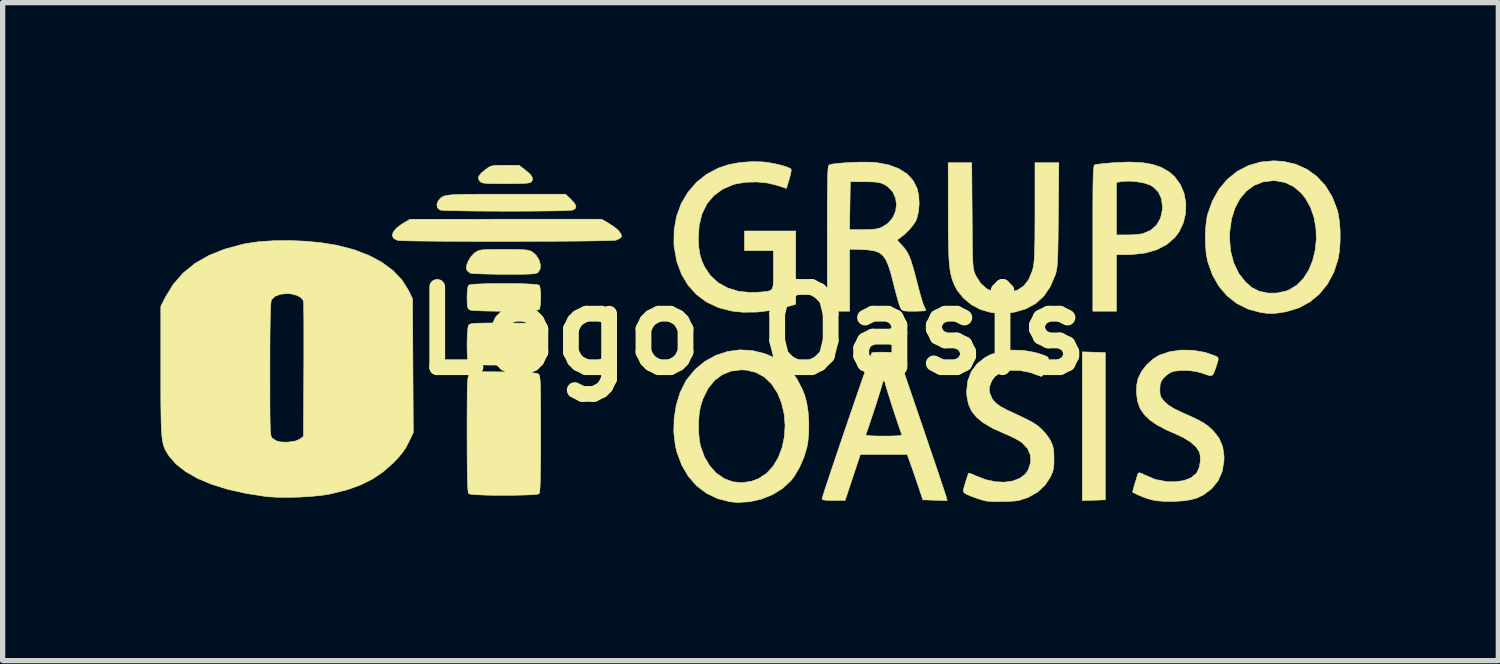
<source format=kicad_pcb>
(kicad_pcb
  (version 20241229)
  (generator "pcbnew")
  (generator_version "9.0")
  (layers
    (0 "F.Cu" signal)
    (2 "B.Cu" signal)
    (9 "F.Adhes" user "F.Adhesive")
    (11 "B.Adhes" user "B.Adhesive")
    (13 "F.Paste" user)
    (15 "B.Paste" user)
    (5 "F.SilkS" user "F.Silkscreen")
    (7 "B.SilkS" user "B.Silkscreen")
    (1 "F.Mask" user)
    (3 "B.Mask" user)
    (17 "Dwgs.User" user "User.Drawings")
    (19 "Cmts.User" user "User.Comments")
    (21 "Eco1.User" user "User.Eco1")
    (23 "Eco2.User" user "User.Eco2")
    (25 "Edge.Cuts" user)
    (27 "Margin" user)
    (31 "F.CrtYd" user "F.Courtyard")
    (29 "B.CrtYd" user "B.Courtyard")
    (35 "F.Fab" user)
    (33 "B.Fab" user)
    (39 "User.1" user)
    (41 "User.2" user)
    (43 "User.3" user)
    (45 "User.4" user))
  (footprint "Logo Oasis"
    (layer "F.Cu")
    (at 11.244 3.237)
    (property "Reference" "Logo Oasis" (at 0 0 0) (layer "F.SilkS") (effects (font (size 1.524 1.524) (thickness 0.3))))
    (attr through_hole)
    (fp_poly (pts (xy 6.487 0.405) (xy 6.706 0.412) (xy 6.706 3.209) (xy 6.487 3.217) (xy 6.269 3.224) (xy 6.269 0.398) (xy 6.487 0.405)) (stroke (width 0.01) (type solid)) (fill yes) (layer "F.SilkS"))
    (fp_poly (pts (xy -4.433 -3.147) (xy -4.308 -3.052) (xy -4.222 -2.978) (xy -4.18 -2.917) (xy -4.179 -2.864) (xy -4.197 -2.834) (xy -4.217 -2.82) (xy -4.256 -2.81) (xy -4.321 -2.804) (xy -4.418 -2.8) (xy -4.554 -2.798) (xy -4.682 -2.797) (xy -4.845 -2.798) (xy -4.965 -2.799) (xy -5.051 -2.803) (xy -5.108 -2.809) (xy -5.145 -2.819) (xy -5.168 -2.833) (xy -5.179 -2.844) (xy -5.206 -2.891) (xy -5.197 -2.941) (xy -5.149 -3) (xy -5.076 -3.061) (xy -5.024 -3.099) (xy -4.981 -3.124) (xy -4.933 -3.138) (xy -4.869 -3.145) (xy -4.775 -3.147) (xy -4.698 -3.147) (xy -4.433 -3.147)) (stroke (width 0.01) (type solid)) (fill yes) (layer "F.SilkS"))
    (fp_poly (pts (xy -4.566 -0.9) (xy -4.414 -0.898) (xy -4.278 -0.893) (xy -4.167 -0.887) (xy -4.089 -0.879) (xy -4.052 -0.87) (xy -4.051 -0.869) (xy -4.035 -0.827) (xy -4.024 -0.744) (xy -4.021 -0.637) (xy -4.025 -0.524) (xy -4.036 -0.443) (xy -4.051 -0.405) (xy -4.084 -0.396) (xy -4.159 -0.388) (xy -4.268 -0.382) (xy -4.401 -0.378) (xy -4.551 -0.375) (xy -4.71 -0.374) (xy -4.869 -0.375) (xy -5.02 -0.377) (xy -5.154 -0.381) (xy -5.264 -0.386) (xy -5.341 -0.393) (xy -5.376 -0.402) (xy -5.398 -0.423) (xy -5.412 -0.463) (xy -5.418 -0.532) (xy -5.42 -0.633) (xy -5.416 -0.748) (xy -5.405 -0.83) (xy -5.39 -0.869) (xy -5.356 -0.879) (xy -5.28 -0.887) (xy -5.17 -0.893) (xy -5.036 -0.898) (xy -4.885 -0.9) (xy -4.725 -0.901) (xy -4.566 -0.9)) (stroke (width 0.01) (type solid)) (fill yes) (layer "F.SilkS"))
    (fp_poly (pts (xy -2.738 -2.05) (xy -2.629 -1.979) (xy -2.546 -1.909) (xy -2.497 -1.845) (xy -2.485 -1.795) (xy -2.487 -1.79) (xy -2.52 -1.757) (xy -2.58 -1.728) (xy -2.594 -1.724) (xy -2.632 -1.72) (xy -2.716 -1.717) (xy -2.84 -1.714) (xy -3.001 -1.711) (xy -3.192 -1.708) (xy -3.411 -1.706) (xy -3.651 -1.704) (xy -3.909 -1.703) (xy -4.18 -1.702) (xy -4.458 -1.701) (xy -4.74 -1.701) (xy -5.021 -1.701) (xy -5.296 -1.701) (xy -5.561 -1.702) (xy -5.81 -1.703) (xy -6.04 -1.705) (xy -6.245 -1.707) (xy -6.421 -1.709) (xy -6.563 -1.712) (xy -6.667 -1.715) (xy -6.728 -1.718) (xy -6.741 -1.72) (xy -6.812 -1.756) (xy -6.84 -1.809) (xy -6.825 -1.873) (xy -6.769 -1.946) (xy -6.673 -2.02) (xy -6.643 -2.039) (xy -6.506 -2.121) (xy -2.866 -2.123) (xy -2.738 -2.05)) (stroke (width 0.01) (type solid)) (fill yes) (layer "F.SilkS"))
    (fp_poly (pts (xy -4.678 -2.597) (xy -3.549 -2.597) (xy -3.448 -2.501) (xy -3.377 -2.424) (xy -3.351 -2.365) (xy -3.368 -2.321) (xy -3.411 -2.297) (xy -3.449 -2.292) (xy -3.532 -2.287) (xy -3.652 -2.283) (xy -3.805 -2.28) (xy -3.982 -2.278) (xy -4.18 -2.276) (xy -4.392 -2.275) (xy -4.611 -2.274) (xy -4.832 -2.275) (xy -5.048 -2.276) (xy -5.255 -2.277) (xy -5.445 -2.28) (xy -5.612 -2.283) (xy -5.752 -2.286) (xy -5.857 -2.29) (xy -5.921 -2.295) (xy -5.938 -2.299) (xy -5.982 -2.339) (xy -5.994 -2.402) (xy -5.969 -2.468) (xy -5.963 -2.477) (xy -5.94 -2.505) (xy -5.918 -2.528) (xy -5.891 -2.547) (xy -5.855 -2.562) (xy -5.807 -2.574) (xy -5.741 -2.583) (xy -5.652 -2.589) (xy -5.537 -2.593) (xy -5.39 -2.596) (xy -5.208 -2.597) (xy -4.985 -2.597) (xy -4.718 -2.597) (xy -4.678 -2.597)) (stroke (width 0.01) (type solid)) (fill yes) (layer "F.SilkS"))
    (fp_poly (pts (xy -4.553 -1.548) (xy -4.428 -1.546) (xy -4.339 -1.542) (xy -4.275 -1.535) (xy -4.23 -1.524) (xy -4.195 -1.509) (xy -4.181 -1.501) (xy -4.107 -1.436) (xy -4.055 -1.352) (xy -4.028 -1.262) (xy -4.031 -1.178) (xy -4.067 -1.115) (xy -4.087 -1.102) (xy -4.117 -1.092) (xy -4.165 -1.085) (xy -4.236 -1.08) (xy -4.336 -1.077) (xy -4.473 -1.076) (xy -4.651 -1.075) (xy -4.71 -1.076) (xy -4.88 -1.077) (xy -5.037 -1.08) (xy -5.171 -1.084) (xy -5.275 -1.089) (xy -5.342 -1.095) (xy -5.361 -1.099) (xy -5.412 -1.138) (xy -5.432 -1.173) (xy -5.431 -1.239) (xy -5.4 -1.321) (xy -5.349 -1.406) (xy -5.285 -1.475) (xy -5.262 -1.492) (xy -5.23 -1.512) (xy -5.197 -1.527) (xy -5.153 -1.537) (xy -5.091 -1.543) (xy -5.004 -1.547) (xy -4.882 -1.548) (xy -4.719 -1.548) (xy -4.553 -1.548)) (stroke (width 0.01) (type solid)) (fill yes) (layer "F.SilkS"))
    (fp_poly (pts (xy -4.508 -0.149) (xy -4.339 -0.147) (xy -4.211 -0.143) (xy -4.123 -0.137) (xy -4.07 -0.128) (xy -4.051 -0.12) (xy -4.037 -0.08) (xy -4.027 0.005) (xy -4.022 0.138) (xy -4.021 0.24) (xy -4.022 0.382) (xy -4.026 0.482) (xy -4.034 0.548) (xy -4.046 0.589) (xy -4.06 0.61) (xy -4.079 0.622) (xy -4.11 0.632) (xy -4.161 0.639) (xy -4.236 0.644) (xy -4.342 0.647) (xy -4.485 0.649) (xy -4.67 0.649) (xy -4.72 0.649) (xy -4.917 0.649) (xy -5.069 0.648) (xy -5.183 0.645) (xy -5.265 0.64) (xy -5.321 0.634) (xy -5.356 0.625) (xy -5.377 0.613) (xy -5.38 0.61) (xy -5.398 0.583) (xy -5.409 0.537) (xy -5.416 0.464) (xy -5.419 0.355) (xy -5.42 0.259) (xy -5.418 0.135) (xy -5.412 0.026) (xy -5.404 -0.056) (xy -5.394 -0.101) (xy -5.394 -0.102) (xy -5.384 -0.116) (xy -5.367 -0.128) (xy -5.337 -0.136) (xy -5.289 -0.142) (xy -5.216 -0.146) (xy -5.113 -0.148) (xy -4.974 -0.15) (xy -4.793 -0.15) (xy -4.724 -0.15) (xy -4.508 -0.149)) (stroke (width 0.01) (type solid)) (fill yes) (layer "F.SilkS"))
    (fp_poly (pts (xy 7.401 -3.198) (xy 7.606 -3.163) (xy 7.779 -3.103) (xy 7.924 -3.017) (xy 8.022 -2.93) (xy 8.131 -2.783) (xy 8.203 -2.612) (xy 8.236 -2.427) (xy 8.232 -2.238) (xy 8.189 -2.054) (xy 8.108 -1.883) (xy 8.028 -1.776) (xy 7.873 -1.642) (xy 7.685 -1.543) (xy 7.461 -1.479) (xy 7.202 -1.45) (xy 7.113 -1.449) (xy 6.918 -1.449) (xy 6.918 -0.375) (xy 6.469 -0.375) (xy 6.469 -1.758) (xy 6.469 -2.058) (xy 6.469 -2.313) (xy 6.47 -2.525) (xy 6.471 -2.698) (xy 6.473 -2.82) (xy 6.918 -2.82) (xy 6.918 -1.823) (xy 7.124 -1.823) (xy 7.234 -1.827) (xy 7.337 -1.835) (xy 7.412 -1.846) (xy 7.421 -1.849) (xy 7.568 -1.912) (xy 7.68 -2.011) (xy 7.755 -2.141) (xy 7.79 -2.298) (xy 7.792 -2.357) (xy 7.772 -2.514) (xy 7.713 -2.641) (xy 7.615 -2.738) (xy 7.557 -2.771) (xy 7.454 -2.807) (xy 7.321 -2.832) (xy 7.181 -2.845) (xy 7.054 -2.843) (xy 7.009 -2.837) (xy 6.918 -2.82) (xy 6.473 -2.82) (xy 6.473 -2.837) (xy 6.476 -2.945) (xy 6.48 -3.025) (xy 6.484 -3.083) (xy 6.49 -3.121) (xy 6.496 -3.144) (xy 6.504 -3.155) (xy 6.508 -3.157) (xy 6.546 -3.164) (xy 6.624 -3.174) (xy 6.73 -3.184) (xy 6.854 -3.195) (xy 6.878 -3.197) (xy 7.159 -3.209) (xy 7.401 -3.198)) (stroke (width 0.01) (type solid)) (fill yes) (layer "F.SilkS"))
    (fp_poly (pts (xy -4.931 0.777) (xy -4.75 0.779) (xy -4.71 0.779) (xy -4.508 0.782) (xy -4.351 0.786) (xy -4.233 0.792) (xy -4.15 0.799) (xy -4.096 0.807) (xy -4.066 0.818) (xy -4.062 0.821) (xy -4.052 0.833) (xy -4.044 0.854) (xy -4.038 0.888) (xy -4.032 0.94) (xy -4.028 1.015) (xy -4.025 1.116) (xy -4.023 1.247) (xy -4.022 1.415) (xy -4.021 1.622) (xy -4.021 1.873) (xy -4.021 1.959) (xy -4.021 2.242) (xy -4.023 2.478) (xy -4.025 2.671) (xy -4.028 2.823) (xy -4.032 2.938) (xy -4.037 3.019) (xy -4.043 3.069) (xy -4.051 3.092) (xy -4.051 3.092) (xy -4.085 3.102) (xy -4.161 3.11) (xy -4.27 3.116) (xy -4.405 3.12) (xy -4.556 3.123) (xy -4.715 3.124) (xy -4.875 3.123) (xy -5.027 3.121) (xy -5.163 3.116) (xy -5.274 3.11) (xy -5.352 3.102) (xy -5.389 3.093) (xy -5.39 3.092) (xy -5.397 3.071) (xy -5.404 3.022) (xy -5.409 2.942) (xy -5.413 2.829) (xy -5.416 2.678) (xy -5.418 2.486) (xy -5.419 2.252) (xy -5.42 1.97) (xy -5.42 1.968) (xy -5.42 1.706) (xy -5.419 1.489) (xy -5.418 1.313) (xy -5.417 1.173) (xy -5.415 1.065) (xy -5.411 0.984) (xy -5.407 0.925) (xy -5.4 0.885) (xy -5.393 0.858) (xy -5.383 0.839) (xy -5.371 0.826) (xy -5.368 0.823) (xy -5.35 0.807) (xy -5.328 0.795) (xy -5.295 0.786) (xy -5.246 0.78) (xy -5.173 0.777) (xy -5.07 0.776) (xy -4.931 0.777)) (stroke (width 0.01) (type solid)) (fill yes) (layer "F.SilkS"))
    (fp_poly (pts (xy 0.198 -3.211) (xy 0.3 -3.199) (xy 0.427 -3.176) (xy 0.545 -3.148) (xy 0.644 -3.119) (xy 0.712 -3.09) (xy 0.737 -3.071) (xy 0.737 -3.038) (xy 0.724 -2.971) (xy 0.701 -2.885) (xy 0.699 -2.878) (xy 0.647 -2.707) (xy 0.467 -2.767) (xy 0.288 -2.81) (xy 0.087 -2.83) (xy -0.117 -2.825) (xy -0.303 -2.796) (xy -0.365 -2.779) (xy -0.568 -2.691) (xy -0.734 -2.568) (xy -0.864 -2.413) (xy -0.956 -2.225) (xy -1.01 -2.006) (xy -1.026 -1.78) (xy -1.02 -1.607) (xy -1 -1.466) (xy -0.963 -1.338) (xy -0.908 -1.217) (xy -0.797 -1.051) (xy -0.651 -0.917) (xy -0.473 -0.818) (xy -0.27 -0.754) (xy -0.044 -0.73) (xy 0.1 -0.734) (xy 0.213 -0.743) (xy 0.293 -0.752) (xy 0.347 -0.77) (xy 0.379 -0.803) (xy 0.395 -0.859) (xy 0.4 -0.946) (xy 0.4 -1.072) (xy 0.4 -1.152) (xy 0.4 -1.524) (xy -0.15 -1.524) (xy -0.15 -1.898) (xy 0.824 -1.898) (xy 0.824 -0.507) (xy 0.643 -0.454) (xy 0.372 -0.391) (xy 0.092 -0.358) (xy -0.181 -0.355) (xy -0.391 -0.377) (xy -0.643 -0.442) (xy -0.867 -0.547) (xy -1.06 -0.69) (xy -1.221 -0.868) (xy -1.346 -1.078) (xy -1.435 -1.318) (xy -1.484 -1.587) (xy -1.49 -1.648) (xy -1.486 -1.922) (xy -1.439 -2.179) (xy -1.352 -2.418) (xy -1.225 -2.633) (xy -1.064 -2.82) (xy -0.871 -2.975) (xy -0.648 -3.093) (xy -0.453 -3.159) (xy -0.245 -3.198) (xy -0.02 -3.216) (xy 0.198 -3.211)) (stroke (width 0.01) (type solid)) (fill yes) (layer "F.SilkS"))
    (fp_poly (pts (xy 4.176 -2.192) (xy 4.178 -1.941) (xy 4.18 -1.735) (xy 4.182 -1.57) (xy 4.184 -1.438) (xy 4.188 -1.336) (xy 4.193 -1.258) (xy 4.199 -1.199) (xy 4.207 -1.154) (xy 4.217 -1.118) (xy 4.229 -1.085) (xy 4.243 -1.054) (xy 4.334 -0.908) (xy 4.453 -0.8) (xy 4.596 -0.733) (xy 4.756 -0.71) (xy 4.885 -0.725) (xy 5.039 -0.775) (xy 5.159 -0.857) (xy 5.25 -0.975) (xy 5.316 -1.133) (xy 5.331 -1.185) (xy 5.342 -1.234) (xy 5.35 -1.295) (xy 5.357 -1.374) (xy 5.362 -1.475) (xy 5.365 -1.605) (xy 5.368 -1.767) (xy 5.369 -1.969) (xy 5.37 -2.213) (xy 5.37 -2.266) (xy 5.37 -3.197) (xy 5.823 -3.197) (xy 5.814 -2.204) (xy 5.811 -1.953) (xy 5.809 -1.747) (xy 5.806 -1.58) (xy 5.803 -1.446) (xy 5.798 -1.342) (xy 5.793 -1.261) (xy 5.786 -1.197) (xy 5.777 -1.146) (xy 5.767 -1.103) (xy 5.754 -1.061) (xy 5.752 -1.056) (xy 5.658 -0.837) (xy 5.536 -0.659) (xy 5.384 -0.521) (xy 5.201 -0.421) (xy 4.986 -0.358) (xy 4.945 -0.351) (xy 4.832 -0.335) (xy 4.744 -0.329) (xy 4.656 -0.334) (xy 4.547 -0.349) (xy 4.521 -0.353) (xy 4.335 -0.406) (xy 4.161 -0.499) (xy 4.01 -0.624) (xy 3.891 -0.773) (xy 3.843 -0.863) (xy 3.814 -0.934) (xy 3.789 -1.005) (xy 3.77 -1.082) (xy 3.754 -1.17) (xy 3.743 -1.275) (xy 3.734 -1.402) (xy 3.728 -1.557) (xy 3.724 -1.745) (xy 3.722 -1.972) (xy 3.722 -2.243) (xy 3.722 -2.254) (xy 3.721 -3.197) (xy 4.168 -3.197) (xy 4.176 -2.192)) (stroke (width 0.01) (type solid)) (fill yes) (layer "F.SilkS"))
    (fp_poly (pts (xy 0.000185 0.373) (xy 0.237 0.432) (xy 0.362 0.484) (xy 0.552 0.594) (xy 0.709 0.731) (xy 0.84 0.9) (xy 0.949 1.108) (xy 0.993 1.218) (xy 1.033 1.364) (xy 1.06 1.543) (xy 1.073 1.739) (xy 1.071 1.937) (xy 1.054 2.119) (xy 1.038 2.207) (xy 0.98 2.401) (xy 0.897 2.592) (xy 0.796 2.763) (xy 0.733 2.845) (xy 0.577 2.99) (xy 0.388 3.108) (xy 0.176 3.194) (xy -0.05 3.246) (xy -0.28 3.259) (xy -0.421 3.247) (xy -0.658 3.187) (xy -0.871 3.085) (xy -1.057 2.944) (xy -1.215 2.765) (xy -1.34 2.552) (xy -1.432 2.308) (xy -1.464 2.173) (xy -1.493 1.922) (xy -1.488 1.739) (xy -1.022 1.739) (xy -1.021 1.91) (xy -1.007 2.07) (xy -0.987 2.181) (xy -0.912 2.389) (xy -0.809 2.565) (xy -0.682 2.705) (xy -0.534 2.806) (xy -0.371 2.867) (xy -0.196 2.884) (xy -0.015 2.856) (xy 0.116 2.807) (xy 0.266 2.71) (xy 0.391 2.575) (xy 0.491 2.41) (xy 0.564 2.221) (xy 0.608 2.015) (xy 0.622 1.8) (xy 0.605 1.582) (xy 0.555 1.368) (xy 0.479 1.183) (xy 0.366 1.009) (xy 0.229 0.877) (xy 0.069 0.789) (xy -0.114 0.745) (xy -0.212 0.74) (xy -0.404 0.764) (xy -0.573 0.832) (xy -0.72 0.943) (xy -0.842 1.095) (xy -0.937 1.287) (xy -0.987 1.441) (xy -1.01 1.576) (xy -1.022 1.739) (xy -1.488 1.739) (xy -1.486 1.664) (xy -1.446 1.41) (xy -1.373 1.173) (xy -1.27 0.964) (xy -1.247 0.927) (xy -1.09 0.735) (xy -0.905 0.581) (xy -0.697 0.466) (xy -0.473 0.392) (xy -0.238 0.36) (xy 0.000185 0.373)) (stroke (width 0.01) (type solid)) (fill yes) (layer "F.SilkS"))
    (fp_poly (pts (xy 10.089 -3.22) (xy 10.324 -3.167) (xy 10.538 -3.07) (xy 10.727 -2.933) (xy 10.887 -2.759) (xy 11.015 -2.551) (xy 11.108 -2.312) (xy 11.129 -2.234) (xy 11.155 -2.075) (xy 11.168 -1.888) (xy 11.167 -1.692) (xy 11.153 -1.506) (xy 11.129 -1.364) (xy 11.047 -1.113) (xy 10.928 -0.891) (xy 10.776 -0.703) (xy 10.593 -0.551) (xy 10.383 -0.438) (xy 10.148 -0.366) (xy 10.119 -0.361) (xy 9.988 -0.34) (xy 9.884 -0.331) (xy 9.788 -0.333) (xy 9.679 -0.347) (xy 9.654 -0.351) (xy 9.417 -0.415) (xy 9.205 -0.521) (xy 9.019 -0.667) (xy 8.863 -0.85) (xy 8.739 -1.069) (xy 8.65 -1.321) (xy 8.649 -1.324) (xy 8.623 -1.466) (xy 8.609 -1.638) (xy 8.608 -1.764) (xy 9.066 -1.764) (xy 9.087 -1.516) (xy 9.146 -1.291) (xy 9.242 -1.092) (xy 9.373 -0.925) (xy 9.492 -0.823) (xy 9.63 -0.754) (xy 9.792 -0.719) (xy 9.965 -0.719) (xy 10.137 -0.757) (xy 10.196 -0.779) (xy 10.344 -0.869) (xy 10.469 -0.996) (xy 10.57 -1.154) (xy 10.645 -1.335) (xy 10.693 -1.533) (xy 10.715 -1.739) (xy 10.708 -1.948) (xy 10.672 -2.152) (xy 10.606 -2.344) (xy 10.51 -2.518) (xy 10.428 -2.619) (xy 10.283 -2.743) (xy 10.122 -2.82) (xy 9.94 -2.853) (xy 9.89 -2.854) (xy 9.702 -2.831) (xy 9.534 -2.765) (xy 9.387 -2.658) (xy 9.265 -2.514) (xy 9.17 -2.336) (xy 9.104 -2.127) (xy 9.071 -1.891) (xy 9.066 -1.764) (xy 8.608 -1.764) (xy 8.607 -1.824) (xy 8.617 -2.004) (xy 8.638 -2.162) (xy 8.652 -2.221) (xy 8.743 -2.475) (xy 8.869 -2.696) (xy 9.027 -2.882) (xy 9.213 -3.032) (xy 9.423 -3.141) (xy 9.654 -3.209) (xy 9.903 -3.232) (xy 10.089 -3.22)) (stroke (width 0.01) (type solid)) (fill yes) (layer "F.SilkS"))
    (fp_poly (pts (xy 2.522 0.405) (xy 2.754 0.412) (xy 3.213 1.758) (xy 3.298 2.007) (xy 3.378 2.244) (xy 3.453 2.463) (xy 3.52 2.66) (xy 3.577 2.831) (xy 3.624 2.972) (xy 3.659 3.077) (xy 3.681 3.143) (xy 3.687 3.163) (xy 3.702 3.224) (xy 3.47 3.217) (xy 3.239 3.209) (xy 3.156 2.96) (xy 3.112 2.83) (xy 3.065 2.693) (xy 3.023 2.572) (xy 3.007 2.529) (xy 2.942 2.348) (xy 2.052 2.348) (xy 1.762 3.222) (xy 1.543 3.222) (xy 1.428 3.22) (xy 1.358 3.212) (xy 1.327 3.199) (xy 1.324 3.191) (xy 1.332 3.161) (xy 1.354 3.089) (xy 1.389 2.98) (xy 1.436 2.84) (xy 1.491 2.673) (xy 1.555 2.485) (xy 1.624 2.281) (xy 1.697 2.065) (xy 1.73 1.967) (xy 2.156 1.967) (xy 2.163 1.98) (xy 2.197 1.989) (xy 2.264 1.994) (xy 2.372 1.997) (xy 2.498 1.998) (xy 2.643 1.997) (xy 2.743 1.994) (xy 2.806 1.988) (xy 2.835 1.978) (xy 2.839 1.967) (xy 2.818 1.911) (xy 2.787 1.822) (xy 2.749 1.709) (xy 2.706 1.581) (xy 2.662 1.446) (xy 2.62 1.314) (xy 2.582 1.193) (xy 2.551 1.093) (xy 2.53 1.022) (xy 2.523 0.989) (xy 2.523 0.989) (xy 2.51 0.954) (xy 2.498 0.949) (xy 2.476 0.969) (xy 2.473 0.989) (xy 2.465 1.021) (xy 2.445 1.091) (xy 2.414 1.191) (xy 2.376 1.311) (xy 2.334 1.443) (xy 2.29 1.578) (xy 2.247 1.706) (xy 2.209 1.82) (xy 2.178 1.909) (xy 2.157 1.966) (xy 2.156 1.967) (xy 1.73 1.967) (xy 1.772 1.844) (xy 1.848 1.621) (xy 1.923 1.403) (xy 1.995 1.194) (xy 2.062 1) (xy 2.123 0.825) (xy 2.175 0.675) (xy 2.218 0.554) (xy 2.249 0.469) (xy 2.267 0.423) (xy 2.27 0.417) (xy 2.302 0.409) (xy 2.372 0.405) (xy 2.467 0.404) (xy 2.522 0.405)) (stroke (width 0.01) (type solid)) (fill yes) (layer "F.SilkS"))
    (fp_poly (pts (xy 8.375 0.368) (xy 8.601 0.408) (xy 8.773 0.467) (xy 8.817 0.486) (xy 8.844 0.504) (xy 8.852 0.532) (xy 8.844 0.579) (xy 8.819 0.656) (xy 8.791 0.737) (xy 8.766 0.803) (xy 8.742 0.84) (xy 8.705 0.85) (xy 8.645 0.838) (xy 8.551 0.805) (xy 8.542 0.801) (xy 8.423 0.77) (xy 8.286 0.753) (xy 8.148 0.751) (xy 8.026 0.764) (xy 7.959 0.783) (xy 7.888 0.826) (xy 7.82 0.887) (xy 7.81 0.898) (xy 7.768 0.959) (xy 7.747 1.024) (xy 7.742 1.114) (xy 7.746 1.2) (xy 7.764 1.259) (xy 7.805 1.316) (xy 7.836 1.35) (xy 7.907 1.412) (xy 8.005 1.473) (xy 8.138 1.539) (xy 8.192 1.563) (xy 8.354 1.635) (xy 8.48 1.696) (xy 8.577 1.751) (xy 8.657 1.807) (xy 8.728 1.869) (xy 8.76 1.901) (xy 8.87 2.042) (xy 8.937 2.202) (xy 8.962 2.385) (xy 8.96 2.473) (xy 8.926 2.672) (xy 8.848 2.847) (xy 8.729 2.996) (xy 8.573 3.114) (xy 8.445 3.175) (xy 8.33 3.207) (xy 8.182 3.229) (xy 8.016 3.24) (xy 7.848 3.24) (xy 7.694 3.228) (xy 7.587 3.209) (xy 7.502 3.184) (xy 7.406 3.148) (xy 7.316 3.11) (xy 7.247 3.076) (xy 7.225 3.062) (xy 7.23 3.038) (xy 7.245 2.981) (xy 7.267 2.904) (xy 7.292 2.822) (xy 7.315 2.747) (xy 7.33 2.705) (xy 7.353 2.694) (xy 7.408 2.713) (xy 7.448 2.734) (xy 7.658 2.823) (xy 7.882 2.865) (xy 8.026 2.867) (xy 8.201 2.843) (xy 8.336 2.79) (xy 8.433 2.709) (xy 8.446 2.691) (xy 8.489 2.598) (xy 8.511 2.481) (xy 8.509 2.366) (xy 8.491 2.297) (xy 8.43 2.204) (xy 8.325 2.111) (xy 8.186 2.025) (xy 8.07 1.971) (xy 7.856 1.876) (xy 7.685 1.784) (xy 7.552 1.692) (xy 7.452 1.596) (xy 7.377 1.49) (xy 7.362 1.462) (xy 7.318 1.335) (xy 7.298 1.183) (xy 7.302 1.029) (xy 7.329 0.903) (xy 7.395 0.769) (xy 7.497 0.639) (xy 7.621 0.529) (xy 7.727 0.464) (xy 7.925 0.396) (xy 8.145 0.364) (xy 8.375 0.368)) (stroke (width 0.01) (type solid)) (fill yes) (layer "F.SilkS"))
    (fp_poly (pts (xy 2.283 -3.204) (xy 2.353 -3.199) (xy 2.588 -3.155) (xy 2.784 -3.082) (xy 2.942 -2.981) (xy 3.059 -2.851) (xy 3.134 -2.699) (xy 3.162 -2.565) (xy 3.169 -2.413) (xy 3.156 -2.262) (xy 3.123 -2.13) (xy 3.103 -2.084) (xy 3.049 -2.004) (xy 2.97 -1.912) (xy 2.881 -1.826) (xy 2.799 -1.763) (xy 2.786 -1.755) (xy 2.762 -1.737) (xy 2.763 -1.714) (xy 2.794 -1.676) (xy 2.831 -1.638) (xy 2.886 -1.577) (xy 2.933 -1.512) (xy 2.974 -1.435) (xy 3.013 -1.337) (xy 3.052 -1.211) (xy 3.097 -1.048) (xy 3.122 -0.949) (xy 3.159 -0.808) (xy 3.194 -0.679) (xy 3.225 -0.573) (xy 3.25 -0.499) (xy 3.26 -0.472) (xy 3.286 -0.419) (xy 3.297 -0.389) (xy 3.297 -0.388) (xy 3.274 -0.382) (xy 3.212 -0.378) (xy 3.122 -0.375) (xy 3.073 -0.375) (xy 2.966 -0.375) (xy 2.898 -0.379) (xy 2.858 -0.389) (xy 2.833 -0.409) (xy 2.814 -0.441) (xy 2.812 -0.445) (xy 2.794 -0.493) (xy 2.767 -0.58) (xy 2.735 -0.694) (xy 2.7 -0.826) (xy 2.683 -0.896) (xy 2.633 -1.091) (xy 2.585 -1.241) (xy 2.535 -1.354) (xy 2.477 -1.435) (xy 2.407 -1.489) (xy 2.318 -1.521) (xy 2.206 -1.538) (xy 2.096 -1.545) (xy 1.848 -1.553) (xy 1.848 -0.375) (xy 1.424 -0.375) (xy 1.424 -1.758) (xy 1.424 -1.923) (xy 1.847 -1.923) (xy 2.104 -1.924) (xy 2.242 -1.927) (xy 2.344 -1.936) (xy 2.42 -1.954) (xy 2.461 -1.97) (xy 2.581 -2.048) (xy 2.668 -2.152) (xy 2.721 -2.272) (xy 2.738 -2.399) (xy 2.721 -2.526) (xy 2.667 -2.642) (xy 2.576 -2.738) (xy 2.514 -2.779) (xy 2.459 -2.804) (xy 2.4 -2.82) (xy 2.324 -2.829) (xy 2.219 -2.833) (xy 2.135 -2.834) (xy 1.861 -2.835) (xy 1.854 -2.379) (xy 1.847 -1.923) (xy 1.424 -1.923) (xy 1.424 -2.059) (xy 1.424 -2.314) (xy 1.425 -2.526) (xy 1.426 -2.7) (xy 1.429 -2.839) (xy 1.431 -2.948) (xy 1.435 -3.028) (xy 1.439 -3.086) (xy 1.445 -3.124) (xy 1.452 -3.145) (xy 1.46 -3.155) (xy 1.462 -3.156) (xy 1.521 -3.17) (xy 1.62 -3.182) (xy 1.745 -3.193) (xy 1.885 -3.201) (xy 2.029 -3.206) (xy 2.166 -3.207) (xy 2.283 -3.204)) (stroke (width 0.01) (type solid)) (fill yes) (layer "F.SilkS"))
    (fp_poly (pts (xy 5.149 0.37) (xy 5.371 0.409) (xy 5.506 0.451) (xy 5.572 0.476) (xy 5.612 0.497) (xy 5.629 0.526) (xy 5.625 0.572) (xy 5.601 0.646) (xy 5.564 0.745) (xy 5.532 0.821) (xy 5.506 0.858) (xy 5.479 0.862) (xy 5.473 0.86) (xy 5.275 0.789) (xy 5.083 0.752) (xy 4.907 0.749) (xy 4.753 0.781) (xy 4.693 0.807) (xy 4.611 0.863) (xy 4.557 0.934) (xy 4.535 0.981) (xy 4.507 1.059) (xy 4.501 1.119) (xy 4.514 1.187) (xy 4.518 1.201) (xy 4.556 1.289) (xy 4.616 1.363) (xy 4.707 1.432) (xy 4.837 1.502) (xy 4.87 1.517) (xy 5.035 1.594) (xy 5.161 1.654) (xy 5.257 1.702) (xy 5.329 1.741) (xy 5.385 1.777) (xy 5.433 1.812) (xy 5.479 1.85) (xy 5.479 1.851) (xy 5.558 1.932) (xy 5.63 2.028) (xy 5.663 2.082) (xy 5.698 2.157) (xy 5.718 2.228) (xy 5.728 2.314) (xy 5.731 2.423) (xy 5.729 2.537) (xy 5.72 2.622) (xy 5.699 2.694) (xy 5.663 2.775) (xy 5.662 2.778) (xy 5.557 2.935) (xy 5.414 3.066) (xy 5.239 3.164) (xy 5.065 3.221) (xy 4.993 3.231) (xy 4.888 3.238) (xy 4.766 3.242) (xy 4.642 3.243) (xy 4.532 3.24) (xy 4.451 3.233) (xy 4.433 3.23) (xy 4.351 3.208) (xy 4.255 3.177) (xy 4.16 3.142) (xy 4.083 3.11) (xy 4.04 3.087) (xy 4.018 3.067) (xy 4.009 3.041) (xy 4.015 2.997) (xy 4.036 2.923) (xy 4.048 2.882) (xy 4.075 2.796) (xy 4.097 2.732) (xy 4.109 2.702) (xy 4.109 2.701) (xy 4.134 2.706) (xy 4.191 2.728) (xy 4.253 2.756) (xy 4.437 2.827) (xy 4.619 2.866) (xy 4.792 2.874) (xy 4.949 2.851) (xy 5.082 2.8) (xy 5.187 2.721) (xy 5.243 2.638) (xy 5.288 2.497) (xy 5.284 2.362) (xy 5.232 2.239) (xy 5.132 2.129) (xy 5.131 2.129) (xy 5.067 2.085) (xy 4.971 2.033) (xy 4.859 1.98) (xy 4.793 1.952) (xy 4.57 1.852) (xy 4.393 1.749) (xy 4.259 1.64) (xy 4.163 1.519) (xy 4.103 1.384) (xy 4.075 1.229) (xy 4.071 1.141) (xy 4.094 0.946) (xy 4.16 0.773) (xy 4.269 0.626) (xy 4.418 0.507) (xy 4.526 0.45) (xy 4.714 0.391) (xy 4.926 0.364) (xy 5.149 0.37)) (stroke (width 0.01) (type solid)) (fill yes) (layer "F.SilkS"))
    (fp_poly (pts (xy -8.483 -1.704) (xy -8.187 -1.675) (xy -7.913 -1.631) (xy -7.881 -1.625) (xy -7.565 -1.542) (xy -7.282 -1.433) (xy -7.035 -1.301) (xy -6.827 -1.146) (xy -6.659 -0.97) (xy -6.536 -0.776) (xy -6.536 -0.776) (xy -6.456 -0.613) (xy -6.449 0.659) (xy -6.442 1.932) (xy -6.531 2.119) (xy -6.588 2.226) (xy -6.657 2.325) (xy -6.747 2.429) (xy -6.825 2.51) (xy -7.012 2.675) (xy -7.213 2.812) (xy -7.436 2.924) (xy -7.69 3.016) (xy -7.984 3.09) (xy -8.024 3.099) (xy -8.186 3.125) (xy -8.382 3.144) (xy -8.596 3.157) (xy -8.813 3.163) (xy -9.018 3.161) (xy -9.195 3.151) (xy -9.241 3.146) (xy -9.621 3.087) (xy -9.966 3.01) (xy -10.274 2.914) (xy -10.541 2.802) (xy -10.767 2.673) (xy -10.949 2.53) (xy -11.086 2.372) (xy -11.102 2.346) (xy -11.132 2.298) (xy -11.157 2.251) (xy -11.178 2.202) (xy -11.195 2.145) (xy -11.208 2.076) (xy -11.219 1.99) (xy -11.226 1.884) (xy -11.232 1.751) (xy -11.235 1.589) (xy -11.238 1.392) (xy -11.239 1.156) (xy -11.239 0.877) (xy -11.239 0.761) (xy -11.239 0.738) (xy -9.166 0.738) (xy -9.166 1.021) (xy -9.166 1.259) (xy -9.165 1.455) (xy -9.164 1.613) (xy -9.162 1.739) (xy -9.159 1.835) (xy -9.156 1.907) (xy -9.151 1.958) (xy -9.144 1.993) (xy -9.137 2.016) (xy -9.127 2.031) (xy -9.116 2.042) (xy -9.115 2.042) (xy -9.049 2.086) (xy -8.97 2.109) (xy -8.863 2.114) (xy -8.806 2.111) (xy -8.683 2.093) (xy -8.598 2.056) (xy -8.594 2.054) (xy -8.529 2.005) (xy -8.522 0.747) (xy -8.521 0.499) (xy -8.521 0.265) (xy -8.521 0.05) (xy -8.521 -0.14) (xy -8.522 -0.302) (xy -8.524 -0.43) (xy -8.526 -0.519) (xy -8.528 -0.564) (xy -8.529 -0.568) (xy -8.567 -0.626) (xy -8.644 -0.672) (xy -8.749 -0.701) (xy -8.827 -0.709) (xy -8.96 -0.698) (xy -9.063 -0.661) (xy -9.128 -0.601) (xy -9.138 -0.584) (xy -9.145 -0.549) (xy -9.151 -0.476) (xy -9.156 -0.363) (xy -9.16 -0.209) (xy -9.163 -0.011) (xy -9.165 0.232) (xy -9.166 0.521) (xy -9.166 0.738) (xy -11.239 0.738) (xy -11.239 -0.468) (xy -11.152 -0.64) (xy -11.002 -0.885) (xy -10.815 -1.099) (xy -10.591 -1.281) (xy -10.328 -1.433) (xy -10.025 -1.554) (xy -9.684 -1.646) (xy -9.611 -1.661) (xy -9.365 -1.696) (xy -9.086 -1.714) (xy -8.788 -1.717) (xy -8.483 -1.704)) (stroke (width 0.01) (type solid)) (fill yes) (layer "F.SilkS")))
  (gr_rect
    (start -3 -3)
    (end 25.417 9.501)
    (stroke (width 0.1) (type default))
    (fill no)
    (layer "Edge.Cuts")))
</source>
